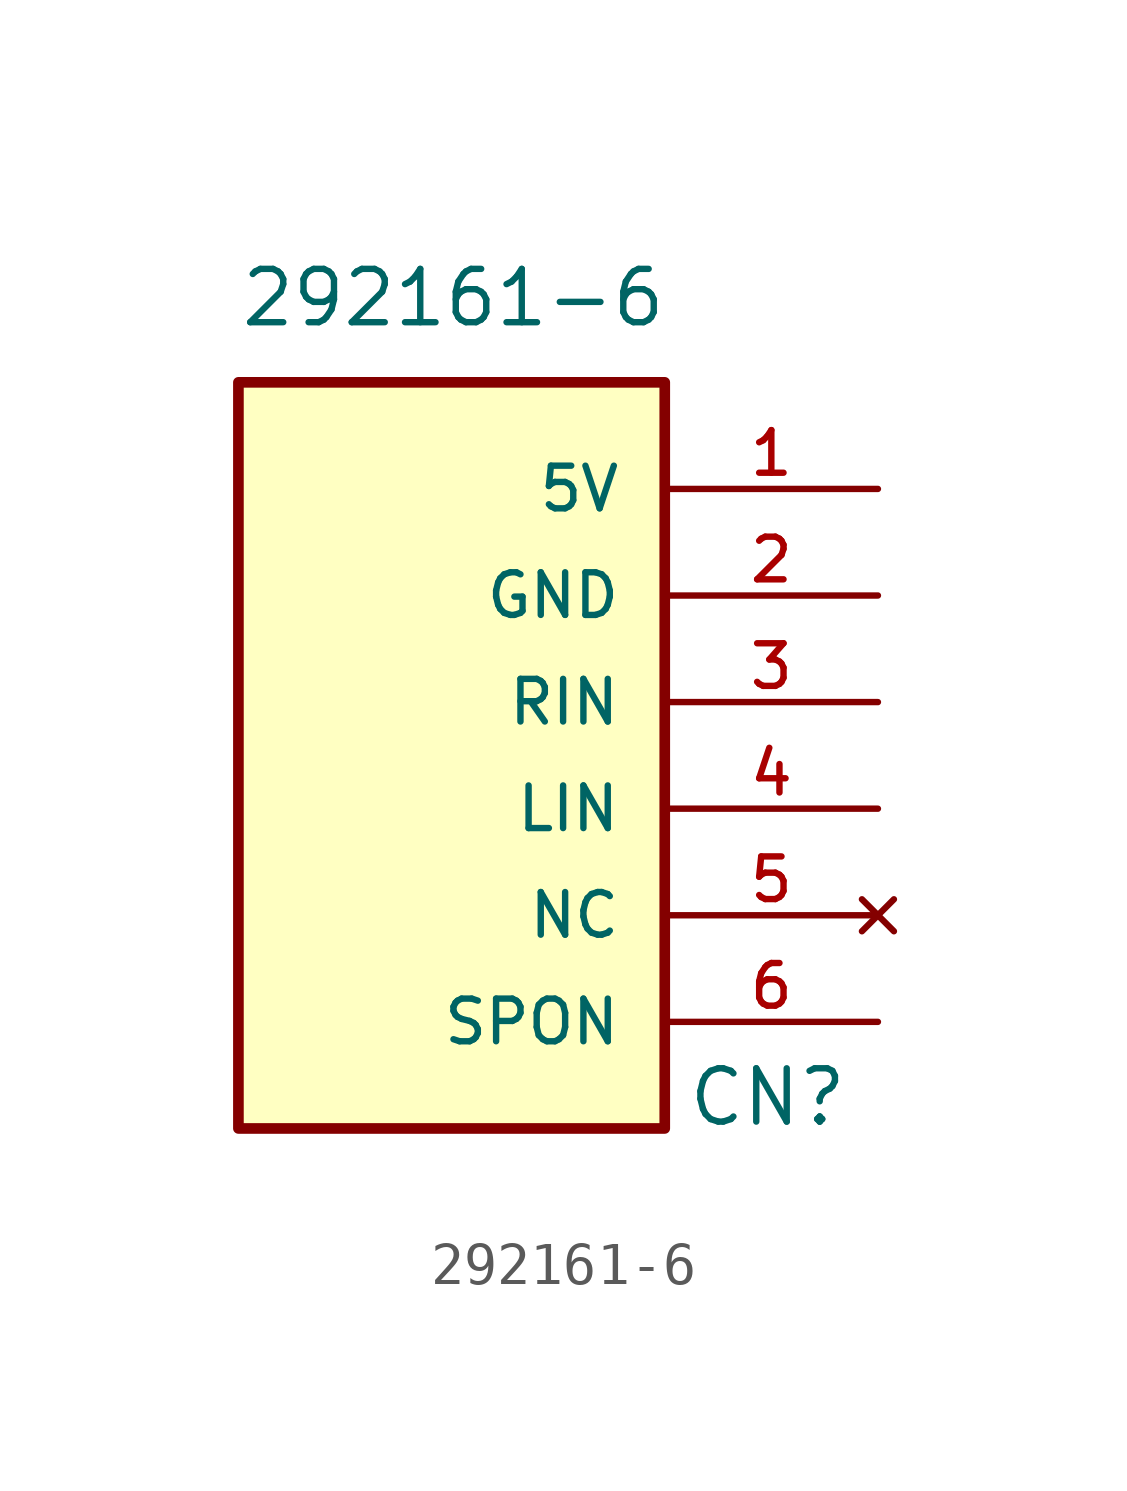
<source format=kicad_sym>
(kicad_symbol_lib
  (version 20220914)
  (generator kicad_symbol_editor)
  (symbol "292161-6"
    (pin_names
      (offset 1.016))
    (property "Reference" "CN"
      (at 5.588 -8.89 0)
      (effects (font (size 1.27 1.27)) (justify left bottom)))
    (property "Value" "292161-6"
      (at -5.08 10.16 0)
      (effects (font (size 1.27 1.27)) (justify left bottom)))
    (symbol "292161-6_0_0"
      (rectangle (start 5.08 -8.89) (end -5.08 8.89) (stroke (width 0.254) (type solid)) (fill (type background))))
    (symbol "292161-6_1_0"
      (pin passive line (at 10.16 6.35 180) (length 5.08) (name "5V" (effects (font (size 1.016 1.016)))) (number "1" (effects (font (size 1.016 1.016)))))
      (pin passive line (at 10.16 3.81 180) (length 5.08) (name "GND" (effects (font (size 1.016 1.016)))) (number "2" (effects (font (size 1.016 1.016)))))
      (pin passive line (at 10.16 1.27 180) (length 5.08) (name "RIN" (effects (font (size 1.016 1.016)))) (number "3" (effects (font (size 1.016 1.016)))))
      (pin passive line (at 10.16 -1.27 180) (length 5.08) (name "LIN" (effects (font (size 1.016 1.016)))) (number "4" (effects (font (size 1.016 1.016)))))
      (pin no_connect line (at 10.16 -3.81 180) (length 5.08) (name "NC" (effects (font (size 1.016 1.016)))) (number "5" (effects (font (size 1.016 1.016)))))
      (pin passive line (at 10.16 -6.35 180) (length 5.08) (name "SPON" (effects (font (size 1.016 1.016)))) (number "6" (effects (font (size 1.016 1.016))))))))
</source>
